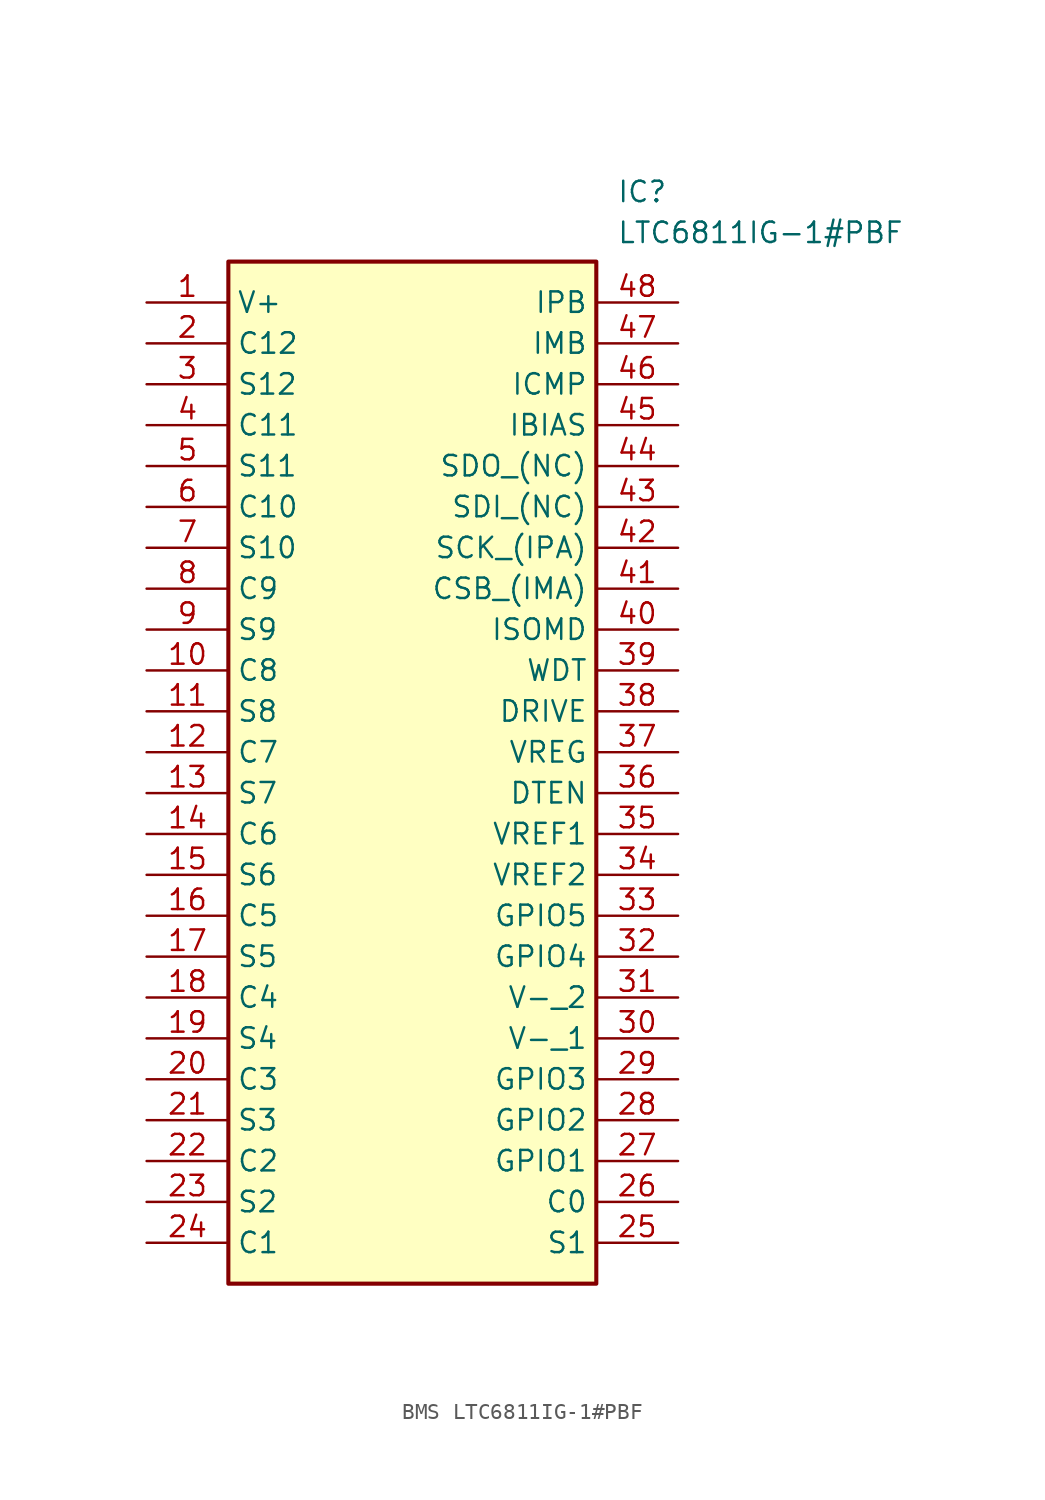
<source format=kicad_sym>
(kicad_symbol_lib
  (version 20220914)
  (generator kicad_symbol_editor)
  (symbol "BMS LTC6811IG-1#PBF"
    (property "Reference" "IC"
      (at 29.21 7.62 0)
      (effects (font (size 1.27 1.27)) (justify left top)))
    (property "Value" "LTC6811IG-1#PBF"
      (at 29.21 5.08 0)
      (effects (font (size 1.27 1.27)) (justify left top)))
    (symbol "BMS LTC6811IG-1#PBF_1_1"
      (rectangle (start 5.08 2.54) (end 27.94 -60.96) (stroke (width 0.254) (type default)) (fill (type background)))
      (pin passive line (at 0 0 0) (length 5.08) (name "V+" (effects (font (size 1.27 1.27)))) (number "1" (effects (font (size 1.27 1.27)))))
      (pin passive line (at 0 -22.86 0) (length 5.08) (name "C8" (effects (font (size 1.27 1.27)))) (number "10" (effects (font (size 1.27 1.27)))))
      (pin passive line (at 0 -25.4 0) (length 5.08) (name "S8" (effects (font (size 1.27 1.27)))) (number "11" (effects (font (size 1.27 1.27)))))
      (pin passive line (at 0 -27.94 0) (length 5.08) (name "C7" (effects (font (size 1.27 1.27)))) (number "12" (effects (font (size 1.27 1.27)))))
      (pin passive line (at 0 -30.48 0) (length 5.08) (name "S7" (effects (font (size 1.27 1.27)))) (number "13" (effects (font (size 1.27 1.27)))))
      (pin passive line (at 0 -33.02 0) (length 5.08) (name "C6" (effects (font (size 1.27 1.27)))) (number "14" (effects (font (size 1.27 1.27)))))
      (pin passive line (at 0 -35.56 0) (length 5.08) (name "S6" (effects (font (size 1.27 1.27)))) (number "15" (effects (font (size 1.27 1.27)))))
      (pin passive line (at 0 -38.1 0) (length 5.08) (name "C5" (effects (font (size 1.27 1.27)))) (number "16" (effects (font (size 1.27 1.27)))))
      (pin passive line (at 0 -40.64 0) (length 5.08) (name "S5" (effects (font (size 1.27 1.27)))) (number "17" (effects (font (size 1.27 1.27)))))
      (pin passive line (at 0 -43.18 0) (length 5.08) (name "C4" (effects (font (size 1.27 1.27)))) (number "18" (effects (font (size 1.27 1.27)))))
      (pin passive line (at 0 -45.72 0) (length 5.08) (name "S4" (effects (font (size 1.27 1.27)))) (number "19" (effects (font (size 1.27 1.27)))))
      (pin passive line (at 0 -2.54 0) (length 5.08) (name "C12" (effects (font (size 1.27 1.27)))) (number "2" (effects (font (size 1.27 1.27)))))
      (pin passive line (at 0 -48.26 0) (length 5.08) (name "C3" (effects (font (size 1.27 1.27)))) (number "20" (effects (font (size 1.27 1.27)))))
      (pin passive line (at 0 -50.8 0) (length 5.08) (name "S3" (effects (font (size 1.27 1.27)))) (number "21" (effects (font (size 1.27 1.27)))))
      (pin passive line (at 0 -53.34 0) (length 5.08) (name "C2" (effects (font (size 1.27 1.27)))) (number "22" (effects (font (size 1.27 1.27)))))
      (pin passive line (at 0 -55.88 0) (length 5.08) (name "S2" (effects (font (size 1.27 1.27)))) (number "23" (effects (font (size 1.27 1.27)))))
      (pin passive line (at 0 -58.42 0) (length 5.08) (name "C1" (effects (font (size 1.27 1.27)))) (number "24" (effects (font (size 1.27 1.27)))))
      (pin passive line (at 33.02 -58.42 180) (length 5.08) (name "S1" (effects (font (size 1.27 1.27)))) (number "25" (effects (font (size 1.27 1.27)))))
      (pin passive line (at 33.02 -55.88 180) (length 5.08) (name "C0" (effects (font (size 1.27 1.27)))) (number "26" (effects (font (size 1.27 1.27)))))
      (pin passive line (at 33.02 -53.34 180) (length 5.08) (name "GPIO1" (effects (font (size 1.27 1.27)))) (number "27" (effects (font (size 1.27 1.27)))))
      (pin passive line (at 33.02 -50.8 180) (length 5.08) (name "GPIO2" (effects (font (size 1.27 1.27)))) (number "28" (effects (font (size 1.27 1.27)))))
      (pin passive line (at 33.02 -48.26 180) (length 5.08) (name "GPIO3" (effects (font (size 1.27 1.27)))) (number "29" (effects (font (size 1.27 1.27)))))
      (pin passive line (at 0 -5.08 0) (length 5.08) (name "S12" (effects (font (size 1.27 1.27)))) (number "3" (effects (font (size 1.27 1.27)))))
      (pin passive line (at 33.02 -45.72 180) (length 5.08) (name "V-_1" (effects (font (size 1.27 1.27)))) (number "30" (effects (font (size 1.27 1.27)))))
      (pin passive line (at 33.02 -43.18 180) (length 5.08) (name "V-_2" (effects (font (size 1.27 1.27)))) (number "31" (effects (font (size 1.27 1.27)))))
      (pin passive line (at 33.02 -40.64 180) (length 5.08) (name "GPIO4" (effects (font (size 1.27 1.27)))) (number "32" (effects (font (size 1.27 1.27)))))
      (pin passive line (at 33.02 -38.1 180) (length 5.08) (name "GPIO5" (effects (font (size 1.27 1.27)))) (number "33" (effects (font (size 1.27 1.27)))))
      (pin passive line (at 33.02 -35.56 180) (length 5.08) (name "VREF2" (effects (font (size 1.27 1.27)))) (number "34" (effects (font (size 1.27 1.27)))))
      (pin passive line (at 33.02 -33.02 180) (length 5.08) (name "VREF1" (effects (font (size 1.27 1.27)))) (number "35" (effects (font (size 1.27 1.27)))))
      (pin passive line (at 33.02 -30.48 180) (length 5.08) (name "DTEN" (effects (font (size 1.27 1.27)))) (number "36" (effects (font (size 1.27 1.27)))))
      (pin passive line (at 33.02 -27.94 180) (length 5.08) (name "VREG" (effects (font (size 1.27 1.27)))) (number "37" (effects (font (size 1.27 1.27)))))
      (pin passive line (at 33.02 -25.4 180) (length 5.08) (name "DRIVE" (effects (font (size 1.27 1.27)))) (number "38" (effects (font (size 1.27 1.27)))))
      (pin passive line (at 33.02 -22.86 180) (length 5.08) (name "WDT" (effects (font (size 1.27 1.27)))) (number "39" (effects (font (size 1.27 1.27)))))
      (pin passive line (at 0 -7.62 0) (length 5.08) (name "C11" (effects (font (size 1.27 1.27)))) (number "4" (effects (font (size 1.27 1.27)))))
      (pin passive line (at 33.02 -20.32 180) (length 5.08) (name "ISOMD" (effects (font (size 1.27 1.27)))) (number "40" (effects (font (size 1.27 1.27)))))
      (pin passive line (at 33.02 -17.78 180) (length 5.08) (name "CSB_(IMA)" (effects (font (size 1.27 1.27)))) (number "41" (effects (font (size 1.27 1.27)))))
      (pin passive line (at 33.02 -15.24 180) (length 5.08) (name "SCK_(IPA)" (effects (font (size 1.27 1.27)))) (number "42" (effects (font (size 1.27 1.27)))))
      (pin passive line (at 33.02 -12.7 180) (length 5.08) (name "SDI_(NC)" (effects (font (size 1.27 1.27)))) (number "43" (effects (font (size 1.27 1.27)))))
      (pin passive line (at 33.02 -10.16 180) (length 5.08) (name "SDO_(NC)" (effects (font (size 1.27 1.27)))) (number "44" (effects (font (size 1.27 1.27)))))
      (pin passive line (at 33.02 -7.62 180) (length 5.08) (name "IBIAS" (effects (font (size 1.27 1.27)))) (number "45" (effects (font (size 1.27 1.27)))))
      (pin passive line (at 33.02 -5.08 180) (length 5.08) (name "ICMP" (effects (font (size 1.27 1.27)))) (number "46" (effects (font (size 1.27 1.27)))))
      (pin passive line (at 33.02 -2.54 180) (length 5.08) (name "IMB" (effects (font (size 1.27 1.27)))) (number "47" (effects (font (size 1.27 1.27)))))
      (pin passive line (at 33.02 0 180) (length 5.08) (name "IPB" (effects (font (size 1.27 1.27)))) (number "48" (effects (font (size 1.27 1.27)))))
      (pin passive line (at 0 -10.16 0) (length 5.08) (name "S11" (effects (font (size 1.27 1.27)))) (number "5" (effects (font (size 1.27 1.27)))))
      (pin passive line (at 0 -12.7 0) (length 5.08) (name "C10" (effects (font (size 1.27 1.27)))) (number "6" (effects (font (size 1.27 1.27)))))
      (pin passive line (at 0 -15.24 0) (length 5.08) (name "S10" (effects (font (size 1.27 1.27)))) (number "7" (effects (font (size 1.27 1.27)))))
      (pin passive line (at 0 -17.78 0) (length 5.08) (name "C9" (effects (font (size 1.27 1.27)))) (number "8" (effects (font (size 1.27 1.27)))))
      (pin passive line (at 0 -20.32 0) (length 5.08) (name "S9" (effects (font (size 1.27 1.27)))) (number "9" (effects (font (size 1.27 1.27))))))))
</source>
